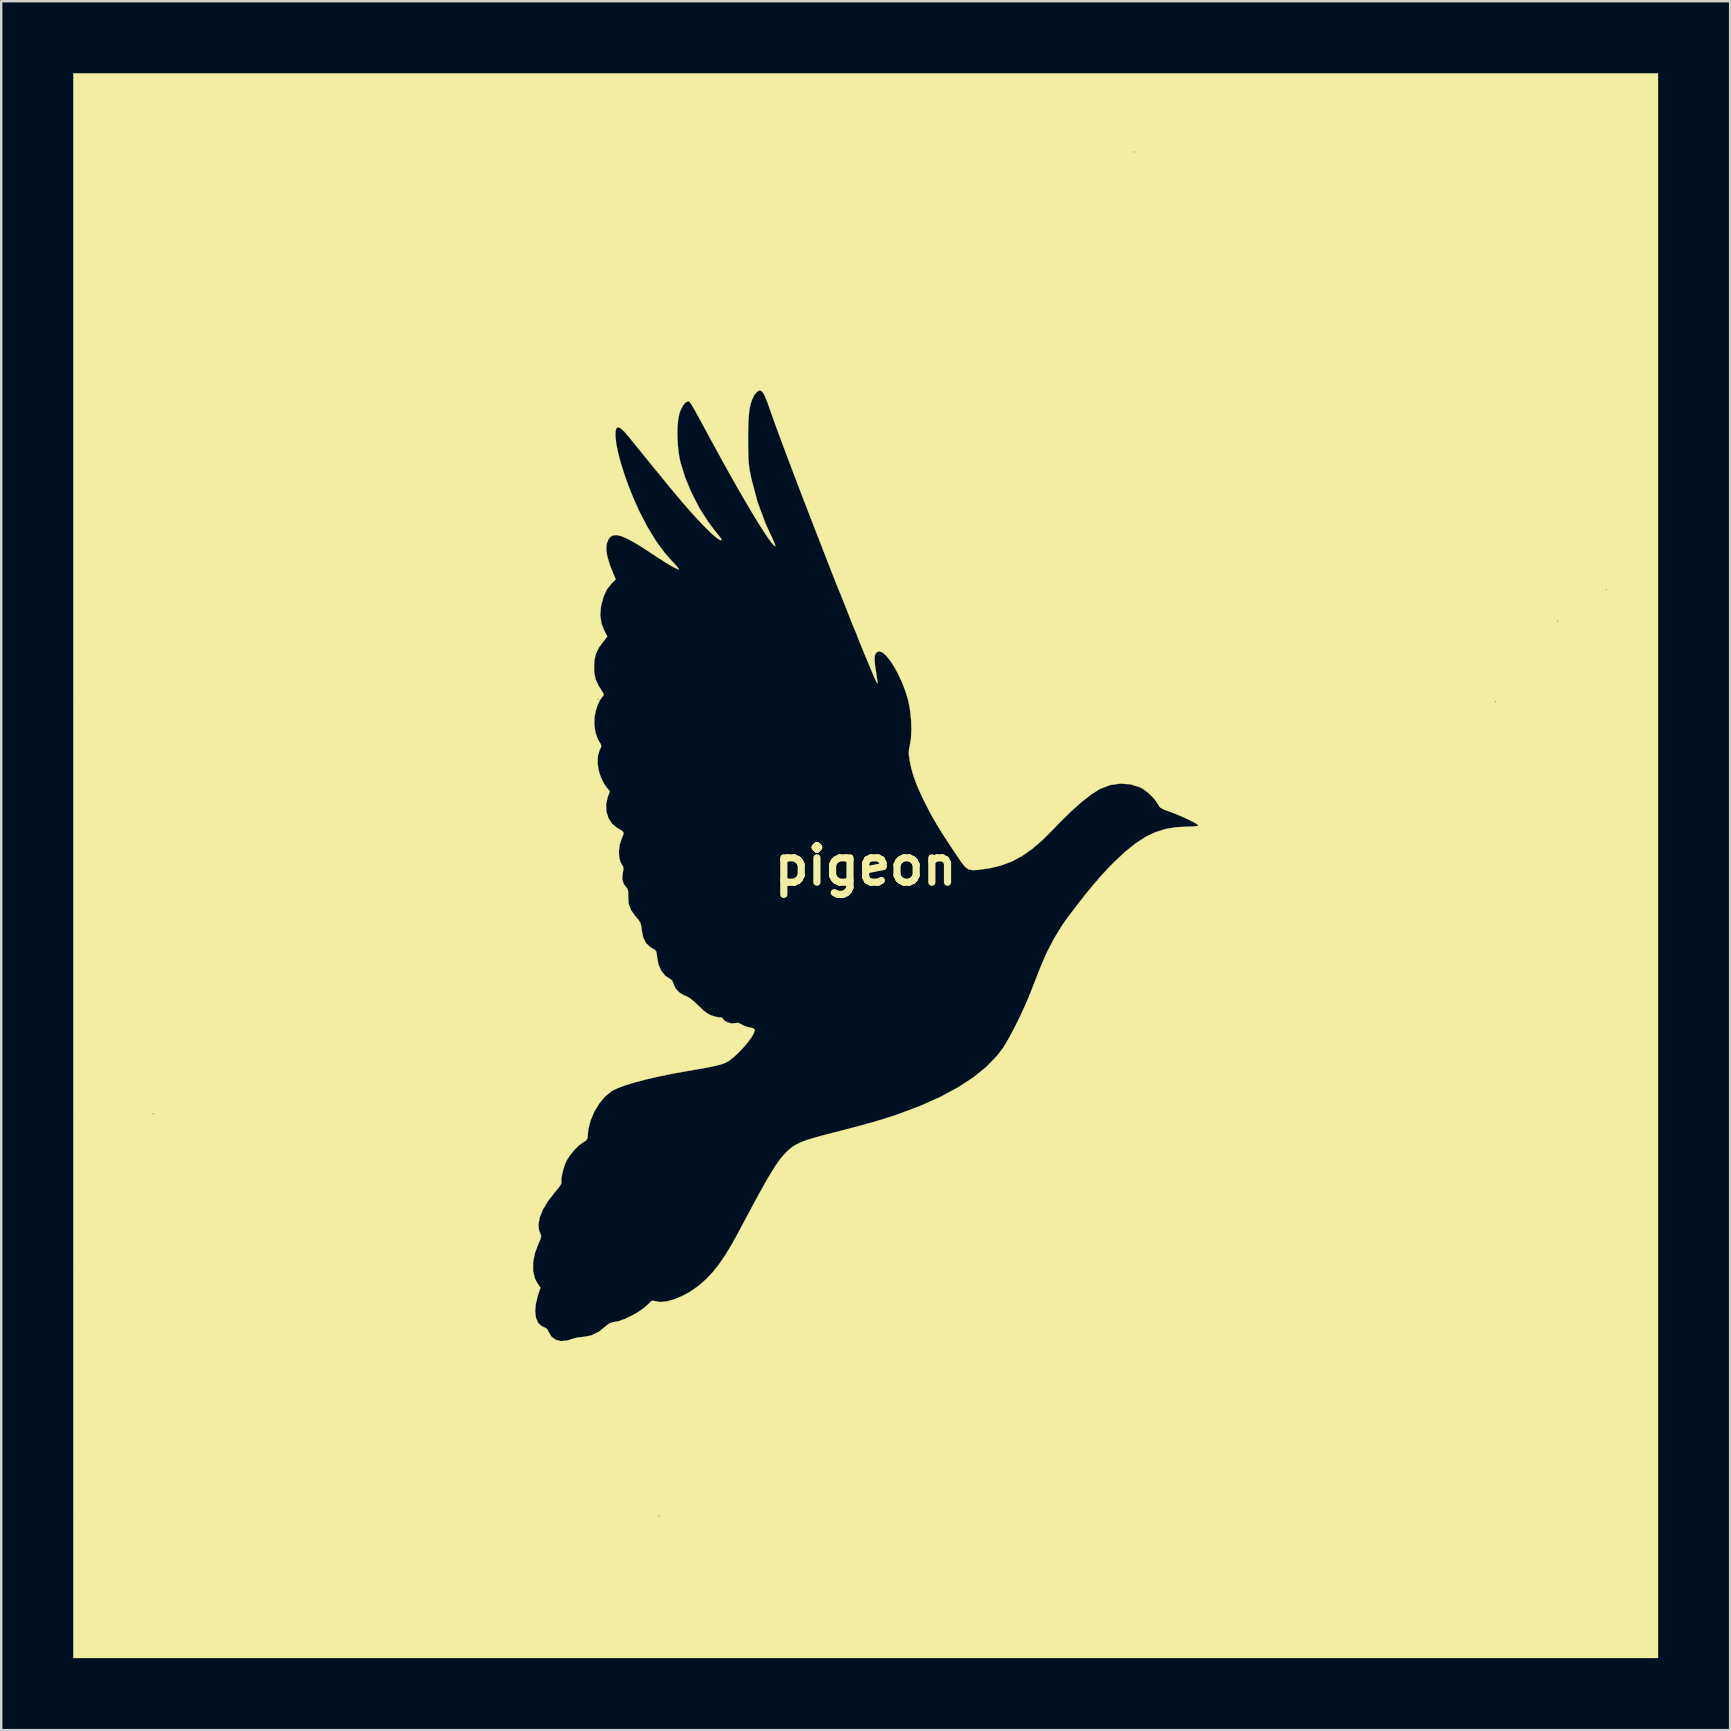
<source format=kicad_pcb>
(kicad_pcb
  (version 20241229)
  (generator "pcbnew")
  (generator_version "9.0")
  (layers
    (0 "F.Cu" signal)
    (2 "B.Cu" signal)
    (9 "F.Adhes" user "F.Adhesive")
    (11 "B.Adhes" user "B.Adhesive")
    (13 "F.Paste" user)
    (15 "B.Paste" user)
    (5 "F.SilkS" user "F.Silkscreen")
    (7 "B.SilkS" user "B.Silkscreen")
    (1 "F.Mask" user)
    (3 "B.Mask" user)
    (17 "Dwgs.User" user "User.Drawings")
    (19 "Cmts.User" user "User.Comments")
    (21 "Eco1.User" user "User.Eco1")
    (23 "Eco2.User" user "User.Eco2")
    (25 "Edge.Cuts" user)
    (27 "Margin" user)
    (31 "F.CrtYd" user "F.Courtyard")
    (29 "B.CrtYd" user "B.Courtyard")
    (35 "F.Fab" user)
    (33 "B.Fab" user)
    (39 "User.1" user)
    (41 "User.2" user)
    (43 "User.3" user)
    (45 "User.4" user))
  (footprint "pigeon"
    (layer "F.Cu")
    (at 33.025 33.025)
    (property "Reference" "pigeon" (at 0 0 0) (layer "F.SilkS") (effects (font (size 1.524 1.524) (thickness 0.3))))
    (attr through_hole)
    (fp_poly (pts (xy 33.02 33.02) (xy -33.02 33.02) (xy -33.02 27.102) (xy -8.636 27.102) (xy -8.611 27.127) (xy -8.585 27.102) (xy -8.611 27.076) (xy -8.636 27.102) (xy -33.02 27.102) (xy -33.02 16.885) (xy -13.861 16.885) (xy -13.787 17.199) (xy -13.696 17.374) (xy -13.554 17.59) (xy -13.663 17.923) (xy -13.749 18.266) (xy -13.774 18.576) (xy -13.741 18.842) (xy -13.652 19.05) (xy -13.51 19.187) (xy -13.423 19.225) (xy -13.284 19.301) (xy -13.205 19.441) (xy -13.093 19.633) (xy -12.917 19.759) (xy -12.693 19.814) (xy -12.437 19.791) (xy -12.254 19.73) (xy -12.089 19.681) (xy -11.885 19.648) (xy -11.786 19.641) (xy -11.447 19.582) (xy -11.122 19.425) (xy -10.858 19.212) (xy -10.682 19.075) (xy -10.52 19.023) (xy -10.502 19.021) (xy -10.294 18.983) (xy -10.038 18.891) (xy -9.759 18.759) (xy -9.483 18.602) (xy -9.239 18.433) (xy -9.051 18.267) (xy -9.021 18.232) (xy -8.929 18.145) (xy -8.844 18.13) (xy -8.786 18.148) (xy -8.565 18.185) (xy -8.289 18.158) (xy -7.975 18.071) (xy -7.641 17.932) (xy -7.304 17.747) (xy -6.983 17.522) (xy -6.95 17.496) (xy -6.653 17.235) (xy -6.375 16.943) (xy -6.107 16.606) (xy -5.838 16.211) (xy -5.557 15.745) (xy -5.284 15.247) (xy -4.964 14.644) (xy -4.686 14.125) (xy -4.444 13.68) (xy -4.235 13.304) (xy -4.053 12.987) (xy -3.895 12.723) (xy -3.755 12.504) (xy -3.63 12.322) (xy -3.514 12.17) (xy -3.402 12.039) (xy -3.298 11.93) (xy -3.165 11.806) (xy -3.026 11.7) (xy -2.867 11.605) (xy -2.674 11.517) (xy -2.434 11.429) (xy -2.133 11.336) (xy -1.758 11.233) (xy -1.363 11.131) (xy -0.779 10.98) (xy -0.278 10.848) (xy 0.156 10.729) (xy 0.538 10.619) (xy 0.884 10.512) (xy 1.21 10.406) (xy 1.407 10.338) (xy 2.312 9.996) (xy 3.129 9.628) (xy 3.854 9.237) (xy 4.487 8.823) (xy 5.026 8.388) (xy 5.467 7.934) (xy 5.716 7.608) (xy 5.871 7.359) (xy 6.051 7.038) (xy 6.244 6.666) (xy 6.441 6.264) (xy 6.63 5.856) (xy 6.8 5.463) (xy 6.882 5.258) (xy 6.994 4.97) (xy 7.114 4.664) (xy 7.226 4.378) (xy 7.299 4.191) (xy 7.554 3.608) (xy 7.856 3.028) (xy 8.186 2.489) (xy 8.396 2.19) (xy 8.803 1.653) (xy 9.167 1.189) (xy 9.498 0.784) (xy 9.809 0.426) (xy 10.11 0.1) (xy 10.334 -0.129) (xy 10.799 -0.567) (xy 11.235 -0.919) (xy 11.654 -1.193) (xy 12.069 -1.393) (xy 12.494 -1.528) (xy 12.942 -1.602) (xy 13.373 -1.624) (xy 13.583 -1.629) (xy 13.749 -1.64) (xy 13.849 -1.656) (xy 13.868 -1.667) (xy 13.824 -1.717) (xy 13.701 -1.794) (xy 13.517 -1.89) (xy 13.29 -1.997) (xy 13.036 -2.107) (xy 12.774 -2.213) (xy 12.519 -2.305) (xy 12.439 -2.332) (xy 12.27 -2.426) (xy 12.193 -2.539) (xy 12.096 -2.697) (xy 11.939 -2.878) (xy 11.751 -3.054) (xy 11.559 -3.197) (xy 11.442 -3.262) (xy 11.033 -3.39) (xy 10.608 -3.421) (xy 10.183 -3.358) (xy 9.773 -3.201) (xy 9.712 -3.167) (xy 9.379 -2.953) (xy 8.998 -2.653) (xy 8.571 -2.273) (xy 8.103 -1.814) (xy 7.838 -1.538) (xy 7.38 -1.079) (xy 6.948 -0.706) (xy 6.526 -0.408) (xy 6.1 -0.179) (xy 5.653 -0.01) (xy 5.172 0.107) (xy 4.682 0.176) (xy 4.455 0.187) (xy 4.289 0.153) (xy 4.152 0.059) (xy 4.014 -0.109) (xy 3.976 -0.163) (xy 3.656 -0.637) (xy 3.387 -1.044) (xy 3.159 -1.398) (xy 2.965 -1.715) (xy 2.794 -2.009) (xy 2.639 -2.295) (xy 2.5 -2.565) (xy 2.286 -3.007) (xy 2.121 -3.387) (xy 1.996 -3.729) (xy 1.902 -4.055) (xy 1.832 -4.389) (xy 1.828 -4.414) (xy 1.798 -4.646) (xy 1.805 -4.838) (xy 1.838 -4.998) (xy 1.888 -5.298) (xy 1.906 -5.664) (xy 1.894 -6.064) (xy 1.853 -6.467) (xy 1.785 -6.833) (xy 26.213 -6.833) (xy 26.238 -6.807) (xy 26.264 -6.833) (xy 26.238 -6.858) (xy 26.213 -6.833) (xy 1.785 -6.833) (xy 1.783 -6.842) (xy 1.76 -6.934) (xy 1.648 -7.295) (xy 1.511 -7.649) (xy 1.356 -7.984) (xy 1.19 -8.287) (xy 1.022 -8.546) (xy 0.859 -8.749) (xy 0.709 -8.882) (xy 0.579 -8.933) (xy 0.552 -8.932) (xy 0.454 -8.893) (xy 0.394 -8.802) (xy 0.37 -8.647) (xy 0.382 -8.417) (xy 0.423 -8.122) (xy 0.457 -7.906) (xy 0.481 -7.73) (xy 0.492 -7.617) (xy 0.492 -7.587) (xy 0.466 -7.621) (xy 0.412 -7.728) (xy 0.343 -7.886) (xy 0.332 -7.912) (xy 0.249 -8.109) (xy 0.144 -8.36) (xy 0.032 -8.628) (xy -0.036 -8.788) (xy -0.135 -9.026) (xy -0.226 -9.251) (xy -0.299 -9.433) (xy -0.333 -9.525) (xy -0.392 -9.679) (xy -0.446 -9.808) (xy -0.456 -9.83) (xy -0.492 -9.913) (xy -0.556 -10.071) (xy -0.602 -10.185) (xy 28.804 -10.185) (xy 28.829 -10.16) (xy 28.854 -10.185) (xy 28.829 -10.211) (xy 28.804 -10.185) (xy -0.602 -10.185) (xy -0.64 -10.281) (xy -0.735 -10.525) (xy -0.761 -10.592) (xy -0.865 -10.855) (xy -0.964 -11.106) (xy -1.049 -11.318) (xy -1.11 -11.464) (xy -1.117 -11.481) (xy -1.127 -11.506) (xy 30.836 -11.506) (xy 30.861 -11.481) (xy 30.886 -11.506) (xy 30.861 -11.532) (xy 30.836 -11.506) (xy -1.127 -11.506) (xy -1.16 -11.585) (xy -1.236 -11.777) (xy -1.342 -12.047) (xy -1.476 -12.388) (xy -1.634 -12.792) (xy -1.812 -13.251) (xy -2.008 -13.756) (xy -2.219 -14.301) (xy -2.442 -14.877) (xy -2.631 -15.367) (xy -2.854 -15.95) (xy -3.073 -16.525) (xy -3.283 -17.081) (xy -3.478 -17.602) (xy -3.654 -18.077) (xy -3.805 -18.492) (xy -3.927 -18.833) (xy -3.985 -19) (xy -4.094 -19.309) (xy -4.183 -19.532) (xy -4.256 -19.68) (xy -4.322 -19.766) (xy -4.386 -19.801) (xy -4.434 -19.802) (xy -4.535 -19.745) (xy -4.638 -19.617) (xy -4.654 -19.59) (xy -4.735 -19.421) (xy -4.798 -19.23) (xy -4.844 -19.002) (xy -4.875 -18.723) (xy -4.893 -18.379) (xy -4.9 -17.953) (xy -4.9 -17.755) (xy -4.898 -17.389) (xy -4.892 -17.101) (xy -4.881 -16.868) (xy -4.862 -16.665) (xy -4.833 -16.47) (xy -4.792 -16.259) (xy -4.759 -16.105) (xy -4.502 -15.141) (xy -4.167 -14.241) (xy -3.99 -13.856) (xy -3.89 -13.645) (xy -3.815 -13.472) (xy -3.77 -13.355) (xy -3.764 -13.31) (xy -3.765 -13.31) (xy -3.831 -13.354) (xy -3.94 -13.482) (xy -4.09 -13.69) (xy -4.276 -13.971) (xy -4.496 -14.319) (xy -4.746 -14.73) (xy -5.022 -15.197) (xy -5.322 -15.715) (xy -5.641 -16.279) (xy -5.977 -16.882) (xy -6.326 -17.52) (xy -6.439 -17.729) (xy -6.669 -18.154) (xy -6.855 -18.497) (xy -7.004 -18.768) (xy -7.119 -18.976) (xy -7.206 -19.127) (xy -7.27 -19.233) (xy -7.317 -19.299) (xy -7.35 -19.336) (xy -7.375 -19.352) (xy -7.394 -19.355) (xy -7.501 -19.308) (xy -7.611 -19.179) (xy -7.712 -18.986) (xy -7.762 -18.848) (xy -7.814 -18.593) (xy -7.843 -18.268) (xy -7.847 -17.9) (xy -7.828 -17.517) (xy -7.786 -17.147) (xy -7.727 -16.84) (xy -7.533 -16.203) (xy -7.264 -15.551) (xy -6.935 -14.913) (xy -6.561 -14.322) (xy -6.291 -13.964) (xy -6.145 -13.784) (xy -6.054 -13.668) (xy -6.011 -13.602) (xy -6.005 -13.572) (xy -6.028 -13.564) (xy -6.039 -13.564) (xy -6.124 -13.601) (xy -6.265 -13.706) (xy -6.451 -13.871) (xy -6.671 -14.084) (xy -6.917 -14.338) (xy -7.173 -14.618) (xy -7.31 -14.771) (xy -7.438 -14.916) (xy -7.565 -15.062) (xy -7.696 -15.214) (xy -7.838 -15.382) (xy -7.997 -15.573) (xy -8.18 -15.794) (xy -8.392 -16.052) (xy -8.64 -16.356) (xy -8.93 -16.712) (xy -9.269 -17.129) (xy -9.662 -17.614) (xy -9.863 -17.862) (xy -10.058 -18.088) (xy -10.208 -18.225) (xy -10.316 -18.274) (xy -10.386 -18.235) (xy -10.422 -18.108) (xy -10.429 -17.918) (xy -10.398 -17.608) (xy -10.323 -17.225) (xy -10.207 -16.787) (xy -10.057 -16.309) (xy -9.878 -15.809) (xy -9.674 -15.302) (xy -9.452 -14.804) (xy -9.419 -14.735) (xy -9.087 -14.099) (xy -8.736 -13.528) (xy -8.374 -13.033) (xy -8.084 -12.704) (xy -7.942 -12.553) (xy -7.838 -12.433) (xy -7.783 -12.36) (xy -7.782 -12.344) (xy -7.881 -12.375) (xy -8.06 -12.467) (xy -8.317 -12.62) (xy -8.653 -12.835) (xy -8.901 -12.998) (xy -9.321 -13.273) (xy -9.671 -13.485) (xy -9.958 -13.638) (xy -10.189 -13.734) (xy -10.373 -13.777) (xy -10.517 -13.767) (xy -10.63 -13.709) (xy -10.718 -13.605) (xy -10.719 -13.602) (xy -10.795 -13.41) (xy -10.812 -13.175) (xy -10.767 -12.886) (xy -10.662 -12.535) (xy -10.517 -12.17) (xy -10.416 -11.933) (xy -10.597 -11.752) (xy -10.781 -11.517) (xy -10.921 -11.22) (xy -11.024 -10.843) (xy -11.063 -10.45) (xy -11.007 -10.083) (xy -10.898 -9.806) (xy -10.766 -9.547) (xy -10.939 -9.333) (xy -11.122 -9.08) (xy -11.237 -8.846) (xy -11.298 -8.591) (xy -11.317 -8.407) (xy -11.315 -8.06) (xy -11.254 -7.764) (xy -11.125 -7.485) (xy -11.053 -7.373) (xy -10.961 -7.23) (xy -10.92 -7.144) (xy -10.925 -7.089) (xy -10.97 -7.039) (xy -10.974 -7.035) (xy -11.076 -6.898) (xy -11.172 -6.691) (xy -11.251 -6.445) (xy -11.3 -6.19) (xy -11.301 -6.185) (xy -11.308 -5.87) (xy -11.262 -5.557) (xy -11.17 -5.284) (xy -11.105 -5.169) (xy -11.034 -5.055) (xy -11.017 -4.976) (xy -11.052 -4.883) (xy -11.083 -4.824) (xy -11.158 -4.589) (xy -11.173 -4.302) (xy -11.132 -3.992) (xy -11.039 -3.683) (xy -10.898 -3.404) (xy -10.817 -3.29) (xy -10.661 -3.096) (xy -10.747 -2.87) (xy -10.818 -2.565) (xy -10.807 -2.261) (xy -10.72 -1.979) (xy -10.564 -1.741) (xy -10.364 -1.579) (xy -10.202 -1.484) (xy -10.114 -1.417) (xy -10.088 -1.351) (xy -10.112 -1.26) (xy -10.165 -1.139) (xy -10.248 -0.882) (xy -10.284 -0.609) (xy -10.273 -0.352) (xy -10.215 -0.142) (xy -10.177 -0.074) (xy -10.108 0.041) (xy -10.093 0.146) (xy -10.121 0.284) (xy -10.149 0.544) (xy -10.085 0.762) (xy -9.993 0.883) (xy -9.923 0.975) (xy -9.895 1.09) (xy -9.897 1.246) (xy -9.882 1.567) (xy -9.785 1.845) (xy -9.597 2.108) (xy -9.579 2.127) (xy -9.454 2.272) (xy -9.385 2.394) (xy -9.349 2.538) (xy -9.334 2.678) (xy -9.271 2.997) (xy -9.145 3.24) (xy -8.952 3.411) (xy -8.901 3.438) (xy -8.787 3.505) (xy -8.728 3.578) (xy -8.703 3.696) (xy -8.696 3.785) (xy -8.639 4.106) (xy -8.519 4.382) (xy -8.347 4.596) (xy -8.133 4.732) (xy -8.123 4.736) (xy -8.056 4.803) (xy -8.009 4.924) (xy -8.009 4.927) (xy -7.927 5.112) (xy -7.774 5.279) (xy -7.582 5.399) (xy -7.51 5.424) (xy -7.362 5.499) (xy -7.168 5.649) (xy -6.973 5.832) (xy -6.779 6.017) (xy -6.623 6.141) (xy -6.48 6.222) (xy -6.349 6.269) (xy -6.194 6.309) (xy -6.078 6.325) (xy -6.039 6.321) (xy -5.985 6.334) (xy -5.965 6.368) (xy -5.883 6.462) (xy -5.741 6.537) (xy -5.579 6.575) (xy -5.446 6.565) (xy -5.317 6.548) (xy -5.194 6.604) (xy -5.177 6.616) (xy -5.038 6.687) (xy -4.866 6.736) (xy -4.834 6.741) (xy -4.688 6.775) (xy -4.627 6.829) (xy -4.623 6.855) (xy -4.66 6.981) (xy -4.76 7.154) (xy -4.908 7.357) (xy -5.09 7.572) (xy -5.289 7.782) (xy -5.49 7.97) (xy -5.678 8.119) (xy -5.812 8.199) (xy -5.919 8.244) (xy -6.046 8.286) (xy -6.209 8.329) (xy -6.419 8.376) (xy -6.691 8.428) (xy -7.039 8.49) (xy -7.431 8.557) (xy -8.038 8.666) (xy -8.61 8.783) (xy -9.134 8.904) (xy -9.602 9.027) (xy -10.002 9.148) (xy -10.324 9.266) (xy -10.557 9.378) (xy -10.584 9.394) (xy -10.853 9.612) (xy -11.099 9.906) (xy -11.307 10.251) (xy -11.466 10.623) (xy -11.56 10.996) (xy -11.581 11.238) (xy -11.597 11.376) (xy -11.66 11.46) (xy -11.747 11.513) (xy -11.931 11.64) (xy -12.129 11.832) (xy -12.316 12.058) (xy -12.459 12.28) (xy -12.529 12.439) (xy -12.593 12.634) (xy -12.645 12.839) (xy -12.679 13.023) (xy -12.686 13.159) (xy -12.674 13.208) (xy -12.693 13.265) (xy -12.767 13.378) (xy -12.883 13.528) (xy -12.969 13.63) (xy -13.244 13.982) (xy -13.449 14.325) (xy -13.581 14.648) (xy -13.637 14.942) (xy -13.612 15.197) (xy -13.567 15.309) (xy -13.531 15.393) (xy -13.528 15.474) (xy -13.563 15.585) (xy -13.63 15.736) (xy -13.782 16.14) (xy -13.86 16.528) (xy -13.861 16.885) (xy -33.02 16.885) (xy -33.02 10.338) (xy -29.718 10.338) (xy -29.693 10.363) (xy -29.667 10.338) (xy -29.693 10.312) (xy -29.718 10.338) (xy -33.02 10.338) (xy -33.02 -6.934) (xy -11.176 -6.934) (xy -11.151 -6.909) (xy -11.125 -6.934) (xy -11.151 -6.96) (xy -11.176 -6.934) (xy -33.02 -6.934) (xy -33.02 -29.743) (xy 11.176 -29.743) (xy 11.201 -29.718) (xy 11.227 -29.743) (xy 11.201 -29.769) (xy 11.176 -29.743) (xy -33.02 -29.743) (xy -33.02 -33.02) (xy 33.02 -33.02) (xy 33.02 33.02)) (stroke (width 0.01) (type solid)) (fill yes) (layer "F.SilkS")))
  (gr_rect
    (start -3 -3)
    (end 69.05 69.05)
    (stroke (width 0.1) (type default))
    (fill no)
    (layer "Edge.Cuts")))
</source>
